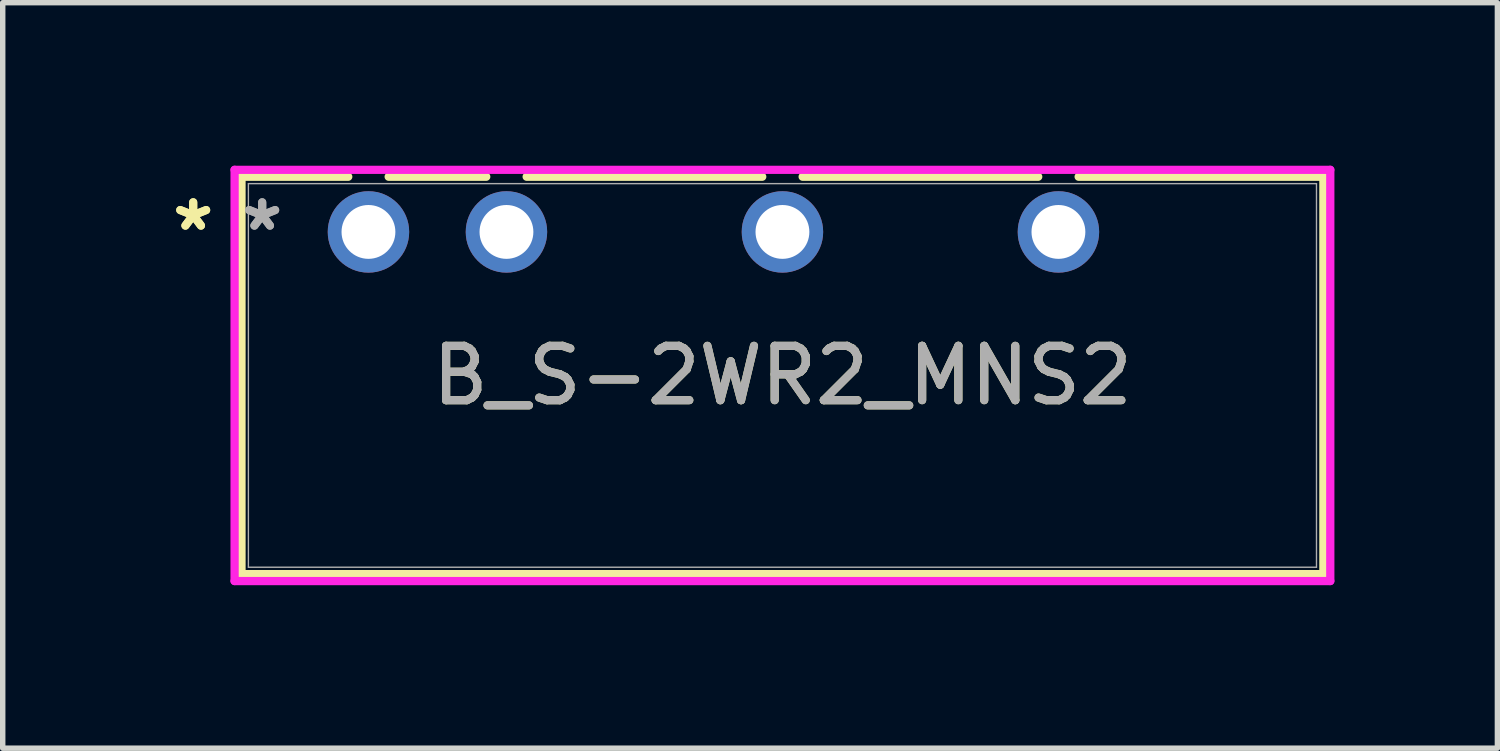
<source format=kicad_pcb>
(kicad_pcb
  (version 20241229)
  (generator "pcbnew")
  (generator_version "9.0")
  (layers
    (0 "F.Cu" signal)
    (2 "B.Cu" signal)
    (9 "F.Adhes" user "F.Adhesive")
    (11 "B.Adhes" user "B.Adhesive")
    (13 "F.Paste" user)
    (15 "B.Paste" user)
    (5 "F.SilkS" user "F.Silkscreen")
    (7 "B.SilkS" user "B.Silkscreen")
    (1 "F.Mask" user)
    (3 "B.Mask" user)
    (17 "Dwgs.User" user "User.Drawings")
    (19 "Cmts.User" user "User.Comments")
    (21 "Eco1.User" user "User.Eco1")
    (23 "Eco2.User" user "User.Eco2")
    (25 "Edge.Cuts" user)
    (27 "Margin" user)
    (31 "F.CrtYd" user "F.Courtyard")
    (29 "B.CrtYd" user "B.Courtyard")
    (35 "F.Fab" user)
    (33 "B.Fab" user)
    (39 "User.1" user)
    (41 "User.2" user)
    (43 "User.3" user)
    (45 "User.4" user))
  (footprint "B_S-2WR2_MNS2"
    (layer "F.Cu")
    (at 3.732 1.219)
    (property "Reference" "B_S-2WR2_MNS2" (at 7.62 2.642 0) (unlocked yes) (layer "F.SilkS") (effects (font (size 1 1) (thickness 0.15))))
    (attr through_hole)
    (fp_line (start -2.337 -1.016) (end -2.337 6.299) (stroke (width 0.152) (type solid)) (layer "F.SilkS"))
    (fp_line (start -2.337 6.299) (end 17.577 6.299) (stroke (width 0.152) (type solid)) (layer "F.SilkS"))
    (fp_line (start -0.372 -1.016) (end -2.337 -1.016) (stroke (width 0.152) (type solid)) (layer "F.SilkS"))
    (fp_line (start 2.168 -1.016) (end 0.372 -1.016) (stroke (width 0.152) (type solid)) (layer "F.SilkS"))
    (fp_line (start 7.248 -1.016) (end 2.912 -1.016) (stroke (width 0.152) (type solid)) (layer "F.SilkS"))
    (fp_line (start 12.328 -1.016) (end 7.992 -1.016) (stroke (width 0.152) (type solid)) (layer "F.SilkS"))
    (fp_line (start 17.577 -1.016) (end 13.072 -1.016) (stroke (width 0.152) (type solid)) (layer "F.SilkS"))
    (fp_line (start 17.577 6.299) (end 17.577 -1.016) (stroke (width 0.152) (type solid)) (layer "F.SilkS"))
    (fp_line (start -2.464 -1.143) (end 17.704 -1.143) (stroke (width 0.152) (type solid)) (layer "F.CrtYd"))
    (fp_line (start -2.464 6.426) (end -2.464 -1.143) (stroke (width 0.152) (type solid)) (layer "F.CrtYd"))
    (fp_line (start 17.704 -1.143) (end 17.704 6.426) (stroke (width 0.152) (type solid)) (layer "F.CrtYd"))
    (fp_line (start 17.704 6.426) (end -2.464 6.426) (stroke (width 0.152) (type solid)) (layer "F.CrtYd"))
    (fp_line (start -2.21 -0.889) (end -2.21 6.172) (stroke (width 0.025) (type solid)) (layer "F.Fab"))
    (fp_line (start -2.21 6.172) (end 17.45 6.172) (stroke (width 0.025) (type solid)) (layer "F.Fab"))
    (fp_line (start 17.45 -0.889) (end -2.21 -0.889) (stroke (width 0.025) (type solid)) (layer "F.Fab"))
    (fp_line (start 17.45 6.172) (end 17.45 -0.889) (stroke (width 0.025) (type solid)) (layer "F.Fab"))
    (fp_text user "*" (at -3.226 0 0) (layer "F.SilkS") (effects (font (size 1 1) (thickness 0.15))))
    (fp_text user "*" (at -3.226 0 0) (unlocked yes) (layer "F.SilkS") (effects (font (size 1 1) (thickness 0.15))))
    (fp_text user "*" (at -1.956 0 0) (unlocked yes) (layer "F.Fab") (effects (font (size 1 1) (thickness 0.15))))
    (fp_text user "*" (at -1.956 0 0) (layer "F.Fab") (effects (font (size 1 1) (thickness 0.15))))
    (fp_text user "${REFERENCE}" (at 7.62 2.642 0) (unlocked yes) (layer "F.Fab") (effects (font (size 1 1) (thickness 0.15))))
    (pad "1" thru_hole circle (at 0 0) (size 1.499 1.499) (drill 0.991) (layers "*.Cu" "*.Mask"))
    (pad "2" thru_hole circle (at 2.54 0) (size 1.499 1.499) (drill 0.991) (layers "*.Cu" "*.Mask"))
    (pad "4" thru_hole circle (at 7.62 0) (size 1.499 1.499) (drill 0.991) (layers "*.Cu" "*.Mask"))
    (pad "6" thru_hole circle (at 12.7 0) (size 1.499 1.499) (drill 0.991) (layers "*.Cu" "*.Mask")))
  (gr_rect
    (start -3 -3)
    (end 24.512 10.722)
    (stroke (width 0.1) (type default))
    (fill no)
    (layer "Edge.Cuts")))
</source>
